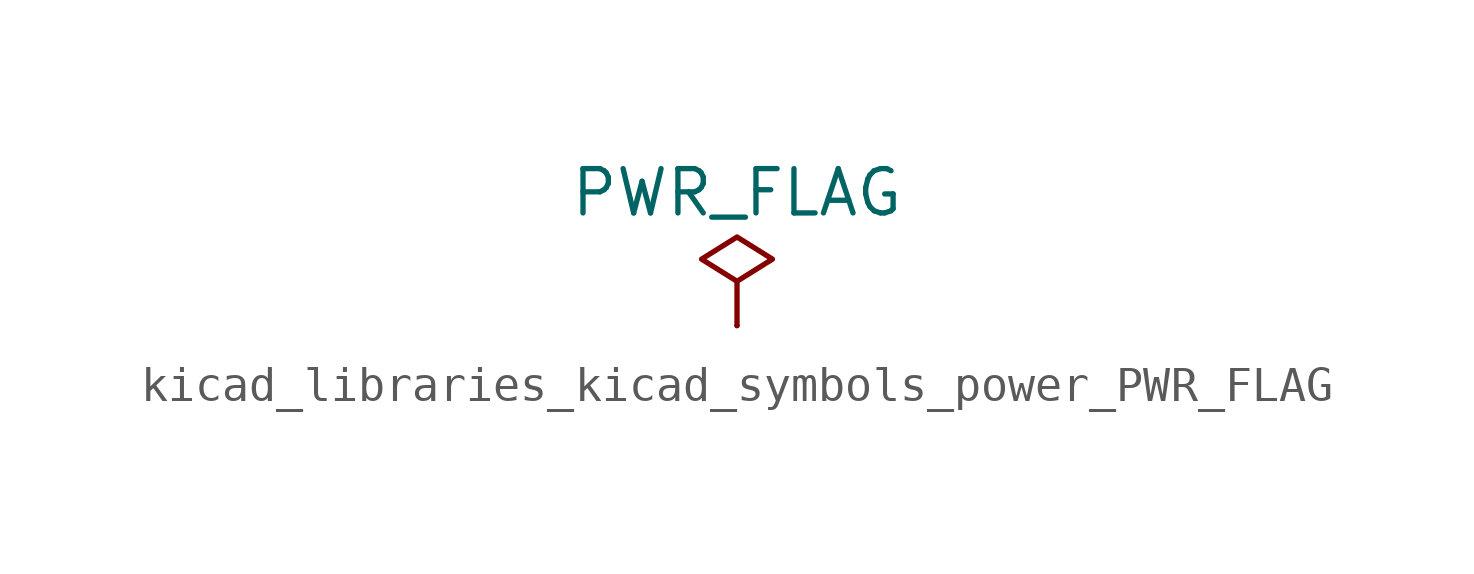
<source format=kicad_sym>
(kicad_symbol_lib
  (version 20220914)
  (generator kicad_symbol_editor)
  (symbol "kicad_libraries_kicad_symbols_power_PWR_FLAG"
    (power)
    (pin_numbers hide)
    (pin_names
      (offset 0) hide)
    (property "Reference" "#FLG"
      (at 0 1.905 0)
      (effects (font (size 1.27 1.27)) hide))
    (property "Value" "PWR_FLAG"
      (at 0 3.81 0)
      (effects (font (size 1.27 1.27))))
    (symbol "kicad_libraries_kicad_symbols_power_PWR_FLAG_0_0"
      (pin power_out line (at 0 0 90) (length 0) (name "pwr" (effects (font (size 1.27 1.27)))) (number "1" (effects (font (size 1.27 1.27))))))
    (symbol "kicad_libraries_kicad_symbols_power_PWR_FLAG_0_1"
      (polyline (pts (xy 0 0) (xy 0 1.27) (xy -1.016 1.905) (xy 0 2.54) (xy 1.016 1.905) (xy 0 1.27)) (stroke (width 0) (type default)) (fill (type none))))))
</source>
